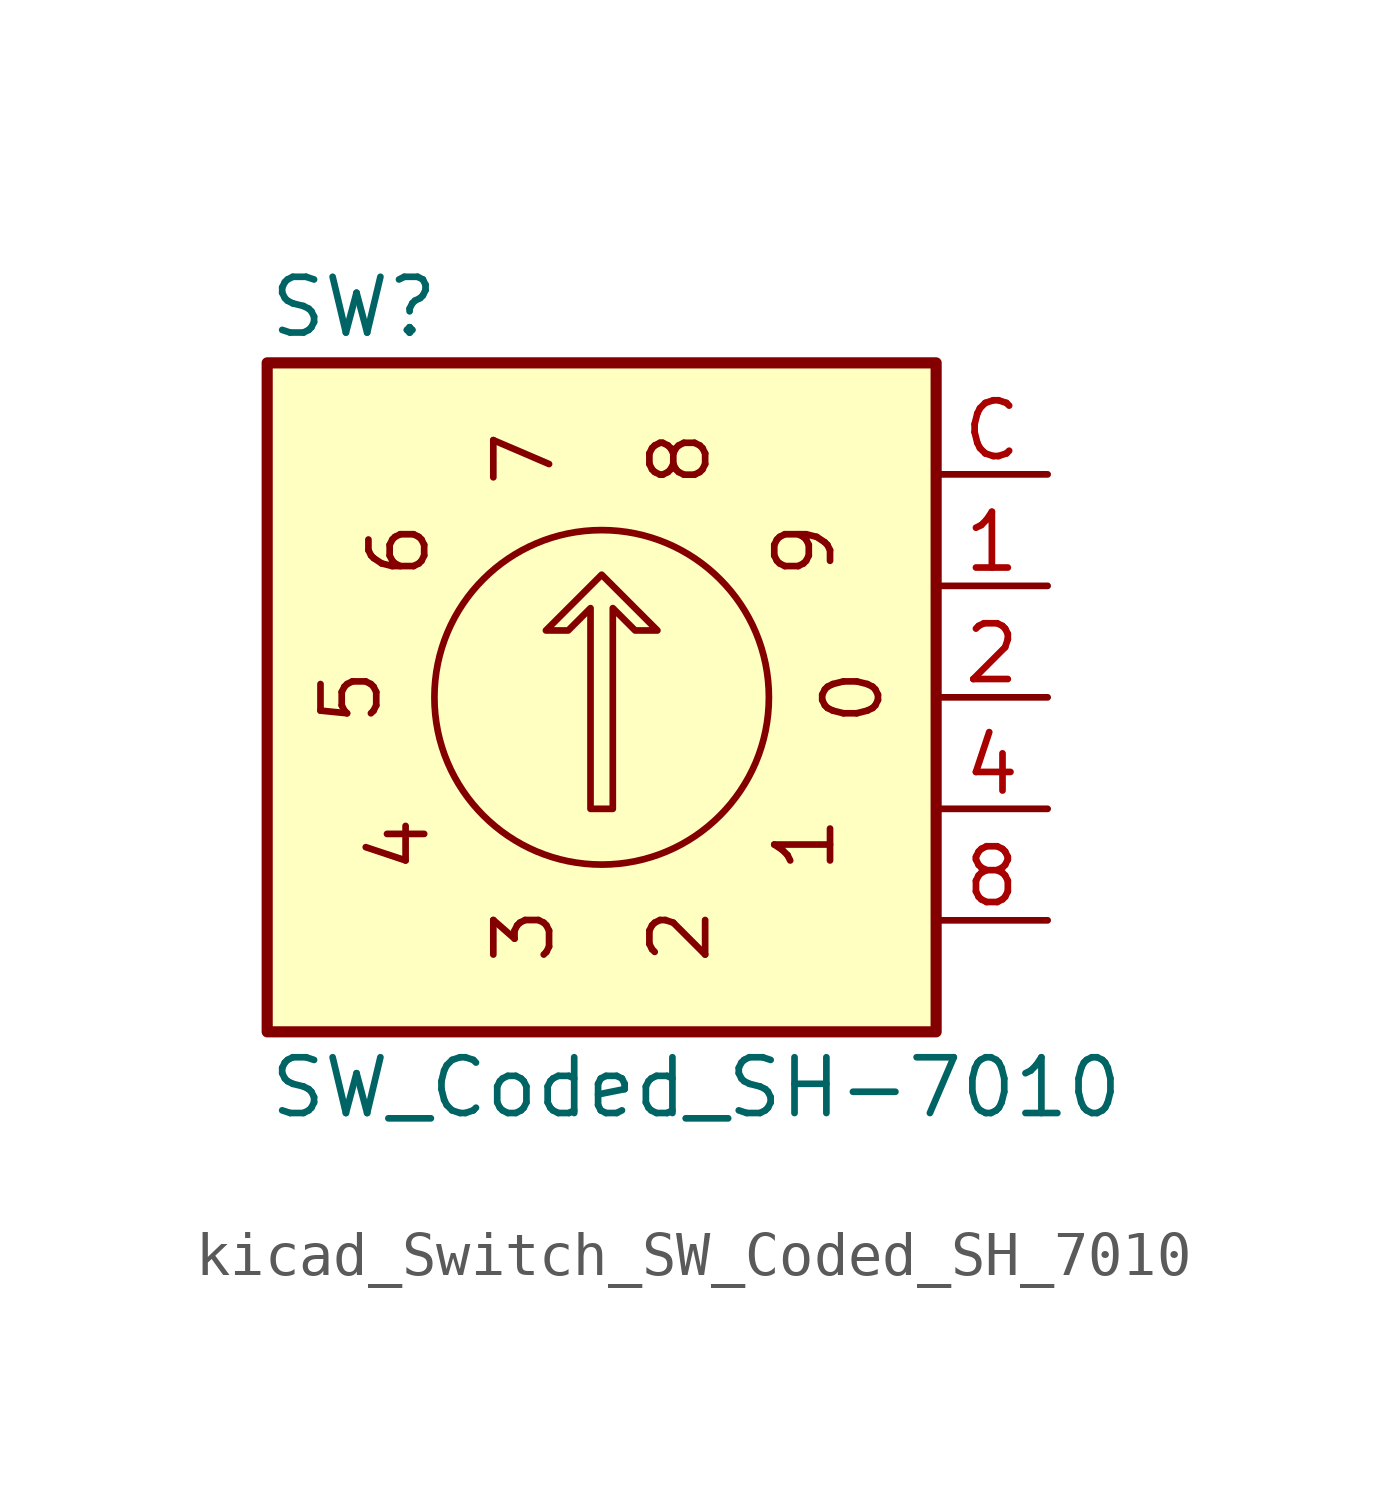
<source format=kicad_sym>
(kicad_symbol_lib
  (version 20220914)
  (generator kicad_symbol_editor)
  (symbol "kicad_Switch_SW_Coded_SH_7010"
    (pin_names hide)
    (property "Reference" "SW"
      (at -7.62 8.89 0)
      (effects (font (size 1.27 1.27)) (justify left)))
    (property "Value" "SW_Coded_SH-7010"
      (at -7.62 -8.89 0)
      (effects (font (size 1.27 1.27)) (justify left)))
    (symbol "kicad_Switch_SW_Coded_SH_7010_0_0"
      (text "0" (at 5.715 0 2700) (effects (font (size 1.27 1.27))))
      (text "1" (at 4.623 -3.353 2340) (effects (font (size 1.27 1.27))))
      (text "2" (at 1.778 -5.436 1980) (effects (font (size 1.27 1.27))))
      (text "3" (at -1.778 -5.436 1620) (effects (font (size 1.27 1.27))))
      (text "4" (at -4.623 -3.353 1260) (effects (font (size 1.27 1.27))))
      (text "5" (at -5.715 0 900) (effects (font (size 1.27 1.27))))
      (text "6" (at -4.623 3.353 540) (effects (font (size 1.27 1.27))))
      (text "7" (at -1.778 5.436 180) (effects (font (size 1.27 1.27))))
      (text "8" (at 1.778 5.436 3420) (effects (font (size 1.27 1.27))))
      (text "9" (at 4.623 3.353 3060) (effects (font (size 1.27 1.27)))))
    (symbol "kicad_Switch_SW_Coded_SH_7010_0_1"
      (polyline (pts (xy -0.254 -2.54) (xy -0.254 2.032) (xy -0.762 1.524) (xy -1.27 1.524) (xy 0 2.794) (xy 1.27 1.524) (xy 0.762 1.524) (xy 0.254 2.032) (xy 0.254 -2.54) (xy -0.254 -2.54) (xy -0.254 -2.54)) (stroke (width 0) (type default)) (fill (type none)))
      (circle (center 0 0) (radius 3.81) (stroke (width 0) (type default)) (fill (type none)))
      (rectangle (start 7.62 7.62) (end -7.62 -7.62) (stroke (width 0.254) (type default)) (fill (type background))))
    (symbol "kicad_Switch_SW_Coded_SH_7010_1_1"
      (pin passive line (at 10.16 2.54 180) (length 2.54) (name "1" (effects (font (size 1.27 1.27)))) (number "1" (effects (font (size 1.27 1.27)))))
      (pin passive line (at 10.16 0 180) (length 2.54) (name "2" (effects (font (size 1.27 1.27)))) (number "2" (effects (font (size 1.27 1.27)))))
      (pin passive line (at 10.16 -2.54 180) (length 2.54) (name "4" (effects (font (size 1.27 1.27)))) (number "4" (effects (font (size 1.27 1.27)))))
      (pin passive line (at 10.16 -5.08 180) (length 2.54) (name "8" (effects (font (size 1.27 1.27)))) (number "8" (effects (font (size 1.27 1.27)))))
      (pin passive line (at 10.16 5.08 180) (length 2.54) (name "C" (effects (font (size 1.27 1.27)))) (number "C" (effects (font (size 1.27 1.27))))))))
</source>
